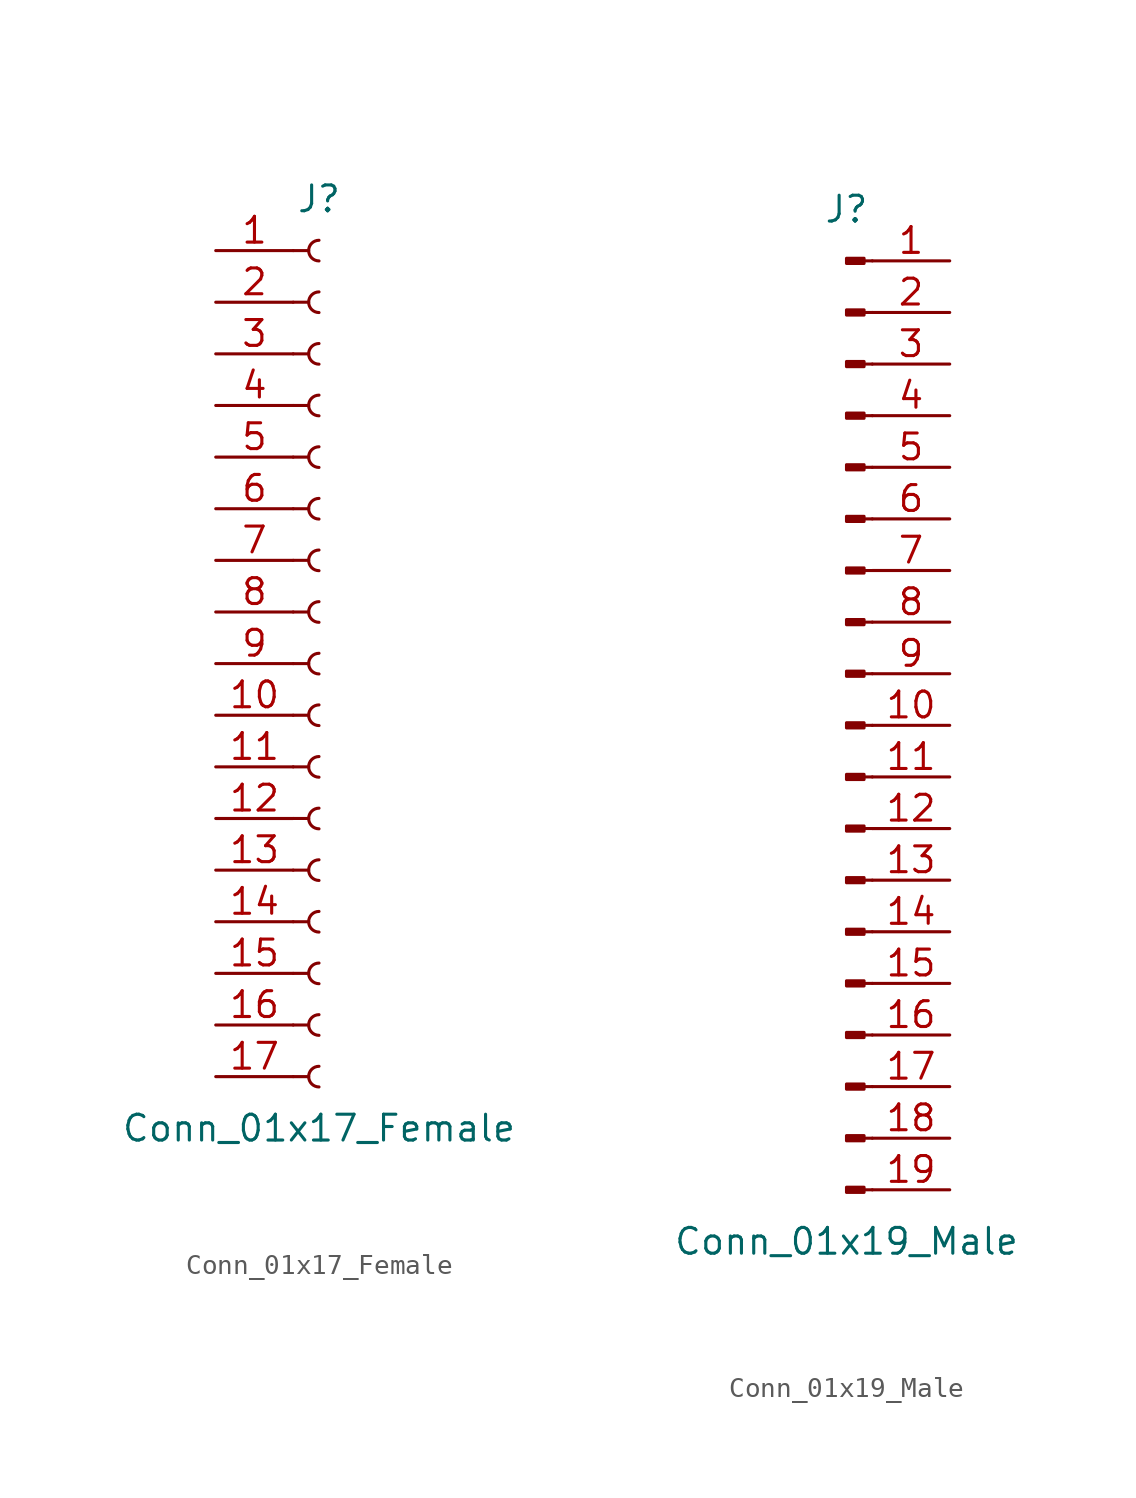
<source format=kicad_sym>
(kicad_symbol_lib
  (version 20211014)
  (generator kicad_symbol_editor)
  (symbol "Conn_01x17_Female"
    (pin_names
      (offset 1.016) hide)
    (property "Reference" "J"
      (at 0 22.86 0)
      (effects (font (size 1.27 1.27))))
    (property "Value" "Conn_01x17_Female"
      (at 0 -22.86 0)
      (effects (font (size 1.27 1.27))))
    (symbol "Conn_01x17_Female_1_1"
      (arc (start 0 -19.812) (mid -0.508 -20.32) (end 0 -20.828) (stroke (width 0.1524) (type default) (color 0 0 0 0)) (fill (type none)))
      (arc (start 0 -17.272) (mid -0.508 -17.78) (end 0 -18.288) (stroke (width 0.1524) (type default) (color 0 0 0 0)) (fill (type none)))
      (arc (start 0 -14.732) (mid -0.508 -15.24) (end 0 -15.748) (stroke (width 0.1524) (type default) (color 0 0 0 0)) (fill (type none)))
      (arc (start 0 -12.192) (mid -0.508 -12.7) (end 0 -13.208) (stroke (width 0.1524) (type default) (color 0 0 0 0)) (fill (type none)))
      (arc (start 0 -9.652) (mid -0.508 -10.16) (end 0 -10.668) (stroke (width 0.1524) (type default) (color 0 0 0 0)) (fill (type none)))
      (arc (start 0 -7.112) (mid -0.508 -7.62) (end 0 -8.128) (stroke (width 0.1524) (type default) (color 0 0 0 0)) (fill (type none)))
      (arc (start 0 -4.572) (mid -0.508 -5.08) (end 0 -5.588) (stroke (width 0.1524) (type default) (color 0 0 0 0)) (fill (type none)))
      (arc (start 0 -2.032) (mid -0.508 -2.54) (end 0 -3.048) (stroke (width 0.1524) (type default) (color 0 0 0 0)) (fill (type none)))
      (polyline (pts (xy -1.27 -20.32) (xy -0.508 -20.32)) (stroke (width 0.152) (type default) (color 0 0 0 0)) (fill (type none)))
      (polyline (pts (xy -1.27 -17.78) (xy -0.508 -17.78)) (stroke (width 0.152) (type default) (color 0 0 0 0)) (fill (type none)))
      (polyline (pts (xy -1.27 -15.24) (xy -0.508 -15.24)) (stroke (width 0.152) (type default) (color 0 0 0 0)) (fill (type none)))
      (polyline (pts (xy -1.27 -12.7) (xy -0.508 -12.7)) (stroke (width 0.152) (type default) (color 0 0 0 0)) (fill (type none)))
      (polyline (pts (xy -1.27 -10.16) (xy -0.508 -10.16)) (stroke (width 0.152) (type default) (color 0 0 0 0)) (fill (type none)))
      (polyline (pts (xy -1.27 -7.62) (xy -0.508 -7.62)) (stroke (width 0.152) (type default) (color 0 0 0 0)) (fill (type none)))
      (polyline (pts (xy -1.27 -5.08) (xy -0.508 -5.08)) (stroke (width 0.152) (type default) (color 0 0 0 0)) (fill (type none)))
      (polyline (pts (xy -1.27 -2.54) (xy -0.508 -2.54)) (stroke (width 0.152) (type default) (color 0 0 0 0)) (fill (type none)))
      (polyline (pts (xy -1.27 0) (xy -0.508 0)) (stroke (width 0.152) (type default) (color 0 0 0 0)) (fill (type none)))
      (polyline (pts (xy -1.27 2.54) (xy -0.508 2.54)) (stroke (width 0.152) (type default) (color 0 0 0 0)) (fill (type none)))
      (polyline (pts (xy -1.27 5.08) (xy -0.508 5.08)) (stroke (width 0.152) (type default) (color 0 0 0 0)) (fill (type none)))
      (polyline (pts (xy -1.27 7.62) (xy -0.508 7.62)) (stroke (width 0.152) (type default) (color 0 0 0 0)) (fill (type none)))
      (polyline (pts (xy -1.27 10.16) (xy -0.508 10.16)) (stroke (width 0.152) (type default) (color 0 0 0 0)) (fill (type none)))
      (polyline (pts (xy -1.27 12.7) (xy -0.508 12.7)) (stroke (width 0.152) (type default) (color 0 0 0 0)) (fill (type none)))
      (polyline (pts (xy -1.27 15.24) (xy -0.508 15.24)) (stroke (width 0.152) (type default) (color 0 0 0 0)) (fill (type none)))
      (polyline (pts (xy -1.27 17.78) (xy -0.508 17.78)) (stroke (width 0.152) (type default) (color 0 0 0 0)) (fill (type none)))
      (polyline (pts (xy -1.27 20.32) (xy -0.508 20.32)) (stroke (width 0.152) (type default) (color 0 0 0 0)) (fill (type none)))
      (arc (start 0 0.508) (mid -0.508 0) (end 0 -0.508) (stroke (width 0.1524) (type default) (color 0 0 0 0)) (fill (type none)))
      (arc (start 0 3.048) (mid -0.508 2.54) (end 0 2.032) (stroke (width 0.1524) (type default) (color 0 0 0 0)) (fill (type none)))
      (arc (start 0 5.588) (mid -0.508 5.08) (end 0 4.572) (stroke (width 0.1524) (type default) (color 0 0 0 0)) (fill (type none)))
      (arc (start 0 8.128) (mid -0.508 7.62) (end 0 7.112) (stroke (width 0.1524) (type default) (color 0 0 0 0)) (fill (type none)))
      (arc (start 0 10.668) (mid -0.508 10.16) (end 0 9.652) (stroke (width 0.1524) (type default) (color 0 0 0 0)) (fill (type none)))
      (arc (start 0 13.208) (mid -0.508 12.7) (end 0 12.192) (stroke (width 0.1524) (type default) (color 0 0 0 0)) (fill (type none)))
      (arc (start 0 15.748) (mid -0.508 15.24) (end 0 14.732) (stroke (width 0.1524) (type default) (color 0 0 0 0)) (fill (type none)))
      (arc (start 0 18.288) (mid -0.508 17.78) (end 0 17.272) (stroke (width 0.1524) (type default) (color 0 0 0 0)) (fill (type none)))
      (arc (start 0 20.828) (mid -0.508 20.32) (end 0 19.812) (stroke (width 0.1524) (type default) (color 0 0 0 0)) (fill (type none)))
      (pin passive line (at -5.08 20.32 0) (length 3.81) (name "Pin_1" (effects (font (size 1.27 1.27)))) (number "1" (effects (font (size 1.27 1.27)))))
      (pin passive line (at -5.08 -2.54 0) (length 3.81) (name "Pin_10" (effects (font (size 1.27 1.27)))) (number "10" (effects (font (size 1.27 1.27)))))
      (pin passive line (at -5.08 -5.08 0) (length 3.81) (name "Pin_11" (effects (font (size 1.27 1.27)))) (number "11" (effects (font (size 1.27 1.27)))))
      (pin passive line (at -5.08 -7.62 0) (length 3.81) (name "Pin_12" (effects (font (size 1.27 1.27)))) (number "12" (effects (font (size 1.27 1.27)))))
      (pin passive line (at -5.08 -10.16 0) (length 3.81) (name "Pin_13" (effects (font (size 1.27 1.27)))) (number "13" (effects (font (size 1.27 1.27)))))
      (pin passive line (at -5.08 -12.7 0) (length 3.81) (name "Pin_14" (effects (font (size 1.27 1.27)))) (number "14" (effects (font (size 1.27 1.27)))))
      (pin passive line (at -5.08 -15.24 0) (length 3.81) (name "Pin_15" (effects (font (size 1.27 1.27)))) (number "15" (effects (font (size 1.27 1.27)))))
      (pin passive line (at -5.08 -17.78 0) (length 3.81) (name "Pin_16" (effects (font (size 1.27 1.27)))) (number "16" (effects (font (size 1.27 1.27)))))
      (pin passive line (at -5.08 -20.32 0) (length 3.81) (name "Pin_17" (effects (font (size 1.27 1.27)))) (number "17" (effects (font (size 1.27 1.27)))))
      (pin passive line (at -5.08 17.78 0) (length 3.81) (name "Pin_2" (effects (font (size 1.27 1.27)))) (number "2" (effects (font (size 1.27 1.27)))))
      (pin passive line (at -5.08 15.24 0) (length 3.81) (name "Pin_3" (effects (font (size 1.27 1.27)))) (number "3" (effects (font (size 1.27 1.27)))))
      (pin passive line (at -5.08 12.7 0) (length 3.81) (name "Pin_4" (effects (font (size 1.27 1.27)))) (number "4" (effects (font (size 1.27 1.27)))))
      (pin passive line (at -5.08 10.16 0) (length 3.81) (name "Pin_5" (effects (font (size 1.27 1.27)))) (number "5" (effects (font (size 1.27 1.27)))))
      (pin passive line (at -5.08 7.62 0) (length 3.81) (name "Pin_6" (effects (font (size 1.27 1.27)))) (number "6" (effects (font (size 1.27 1.27)))))
      (pin passive line (at -5.08 5.08 0) (length 3.81) (name "Pin_7" (effects (font (size 1.27 1.27)))) (number "7" (effects (font (size 1.27 1.27)))))
      (pin passive line (at -5.08 2.54 0) (length 3.81) (name "Pin_8" (effects (font (size 1.27 1.27)))) (number "8" (effects (font (size 1.27 1.27)))))
      (pin passive line (at -5.08 0 0) (length 3.81) (name "Pin_9" (effects (font (size 1.27 1.27)))) (number "9" (effects (font (size 1.27 1.27)))))))
  (symbol "Conn_01x19_Male"
    (pin_names
      (offset 1.016) hide)
    (property "Reference" "J"
      (at 0 25.4 0)
      (effects (font (size 1.27 1.27))))
    (property "Value" "Conn_01x19_Male"
      (at 0 -25.4 0)
      (effects (font (size 1.27 1.27))))
    (symbol "Conn_01x19_Male_1_1"
      (polyline (pts (xy 1.27 -22.86) (xy 0.864 -22.86)) (stroke (width 0.152) (type default) (color 0 0 0 0)) (fill (type none)))
      (polyline (pts (xy 1.27 -20.32) (xy 0.864 -20.32)) (stroke (width 0.152) (type default) (color 0 0 0 0)) (fill (type none)))
      (polyline (pts (xy 1.27 -17.78) (xy 0.864 -17.78)) (stroke (width 0.152) (type default) (color 0 0 0 0)) (fill (type none)))
      (polyline (pts (xy 1.27 -15.24) (xy 0.864 -15.24)) (stroke (width 0.152) (type default) (color 0 0 0 0)) (fill (type none)))
      (polyline (pts (xy 1.27 -12.7) (xy 0.864 -12.7)) (stroke (width 0.152) (type default) (color 0 0 0 0)) (fill (type none)))
      (polyline (pts (xy 1.27 -10.16) (xy 0.864 -10.16)) (stroke (width 0.152) (type default) (color 0 0 0 0)) (fill (type none)))
      (polyline (pts (xy 1.27 -7.62) (xy 0.864 -7.62)) (stroke (width 0.152) (type default) (color 0 0 0 0)) (fill (type none)))
      (polyline (pts (xy 1.27 -5.08) (xy 0.864 -5.08)) (stroke (width 0.152) (type default) (color 0 0 0 0)) (fill (type none)))
      (polyline (pts (xy 1.27 -2.54) (xy 0.864 -2.54)) (stroke (width 0.152) (type default) (color 0 0 0 0)) (fill (type none)))
      (polyline (pts (xy 1.27 0) (xy 0.864 0)) (stroke (width 0.152) (type default) (color 0 0 0 0)) (fill (type none)))
      (polyline (pts (xy 1.27 2.54) (xy 0.864 2.54)) (stroke (width 0.152) (type default) (color 0 0 0 0)) (fill (type none)))
      (polyline (pts (xy 1.27 5.08) (xy 0.864 5.08)) (stroke (width 0.152) (type default) (color 0 0 0 0)) (fill (type none)))
      (polyline (pts (xy 1.27 7.62) (xy 0.864 7.62)) (stroke (width 0.152) (type default) (color 0 0 0 0)) (fill (type none)))
      (polyline (pts (xy 1.27 10.16) (xy 0.864 10.16)) (stroke (width 0.152) (type default) (color 0 0 0 0)) (fill (type none)))
      (polyline (pts (xy 1.27 12.7) (xy 0.864 12.7)) (stroke (width 0.152) (type default) (color 0 0 0 0)) (fill (type none)))
      (polyline (pts (xy 1.27 15.24) (xy 0.864 15.24)) (stroke (width 0.152) (type default) (color 0 0 0 0)) (fill (type none)))
      (polyline (pts (xy 1.27 17.78) (xy 0.864 17.78)) (stroke (width 0.152) (type default) (color 0 0 0 0)) (fill (type none)))
      (polyline (pts (xy 1.27 20.32) (xy 0.864 20.32)) (stroke (width 0.152) (type default) (color 0 0 0 0)) (fill (type none)))
      (polyline (pts (xy 1.27 22.86) (xy 0.864 22.86)) (stroke (width 0.152) (type default) (color 0 0 0 0)) (fill (type none)))
      (rectangle (start 0.864 -22.733) (end 0 -22.987) (stroke (width 0.152) (type default) (color 0 0 0 0)) (fill (type outline)))
      (rectangle (start 0.864 -20.193) (end 0 -20.447) (stroke (width 0.152) (type default) (color 0 0 0 0)) (fill (type outline)))
      (rectangle (start 0.864 -17.653) (end 0 -17.907) (stroke (width 0.152) (type default) (color 0 0 0 0)) (fill (type outline)))
      (rectangle (start 0.864 -15.113) (end 0 -15.367) (stroke (width 0.152) (type default) (color 0 0 0 0)) (fill (type outline)))
      (rectangle (start 0.864 -12.573) (end 0 -12.827) (stroke (width 0.152) (type default) (color 0 0 0 0)) (fill (type outline)))
      (rectangle (start 0.864 -10.033) (end 0 -10.287) (stroke (width 0.152) (type default) (color 0 0 0 0)) (fill (type outline)))
      (rectangle (start 0.864 -7.493) (end 0 -7.747) (stroke (width 0.152) (type default) (color 0 0 0 0)) (fill (type outline)))
      (rectangle (start 0.864 -4.953) (end 0 -5.207) (stroke (width 0.152) (type default) (color 0 0 0 0)) (fill (type outline)))
      (rectangle (start 0.864 -2.413) (end 0 -2.667) (stroke (width 0.152) (type default) (color 0 0 0 0)) (fill (type outline)))
      (rectangle (start 0.864 0.127) (end 0 -0.127) (stroke (width 0.152) (type default) (color 0 0 0 0)) (fill (type outline)))
      (rectangle (start 0.864 2.667) (end 0 2.413) (stroke (width 0.152) (type default) (color 0 0 0 0)) (fill (type outline)))
      (rectangle (start 0.864 5.207) (end 0 4.953) (stroke (width 0.152) (type default) (color 0 0 0 0)) (fill (type outline)))
      (rectangle (start 0.864 7.747) (end 0 7.493) (stroke (width 0.152) (type default) (color 0 0 0 0)) (fill (type outline)))
      (rectangle (start 0.864 10.287) (end 0 10.033) (stroke (width 0.152) (type default) (color 0 0 0 0)) (fill (type outline)))
      (rectangle (start 0.864 12.827) (end 0 12.573) (stroke (width 0.152) (type default) (color 0 0 0 0)) (fill (type outline)))
      (rectangle (start 0.864 15.367) (end 0 15.113) (stroke (width 0.152) (type default) (color 0 0 0 0)) (fill (type outline)))
      (rectangle (start 0.864 17.907) (end 0 17.653) (stroke (width 0.152) (type default) (color 0 0 0 0)) (fill (type outline)))
      (rectangle (start 0.864 20.447) (end 0 20.193) (stroke (width 0.152) (type default) (color 0 0 0 0)) (fill (type outline)))
      (rectangle (start 0.864 22.987) (end 0 22.733) (stroke (width 0.152) (type default) (color 0 0 0 0)) (fill (type outline)))
      (pin passive line (at 5.08 22.86 180) (length 3.81) (name "Pin_1" (effects (font (size 1.27 1.27)))) (number "1" (effects (font (size 1.27 1.27)))))
      (pin passive line (at 5.08 0 180) (length 3.81) (name "Pin_10" (effects (font (size 1.27 1.27)))) (number "10" (effects (font (size 1.27 1.27)))))
      (pin passive line (at 5.08 -2.54 180) (length 3.81) (name "Pin_11" (effects (font (size 1.27 1.27)))) (number "11" (effects (font (size 1.27 1.27)))))
      (pin passive line (at 5.08 -5.08 180) (length 3.81) (name "Pin_12" (effects (font (size 1.27 1.27)))) (number "12" (effects (font (size 1.27 1.27)))))
      (pin passive line (at 5.08 -7.62 180) (length 3.81) (name "Pin_13" (effects (font (size 1.27 1.27)))) (number "13" (effects (font (size 1.27 1.27)))))
      (pin passive line (at 5.08 -10.16 180) (length 3.81) (name "Pin_14" (effects (font (size 1.27 1.27)))) (number "14" (effects (font (size 1.27 1.27)))))
      (pin passive line (at 5.08 -12.7 180) (length 3.81) (name "Pin_15" (effects (font (size 1.27 1.27)))) (number "15" (effects (font (size 1.27 1.27)))))
      (pin passive line (at 5.08 -15.24 180) (length 3.81) (name "Pin_16" (effects (font (size 1.27 1.27)))) (number "16" (effects (font (size 1.27 1.27)))))
      (pin passive line (at 5.08 -17.78 180) (length 3.81) (name "Pin_17" (effects (font (size 1.27 1.27)))) (number "17" (effects (font (size 1.27 1.27)))))
      (pin passive line (at 5.08 -20.32 180) (length 3.81) (name "Pin_18" (effects (font (size 1.27 1.27)))) (number "18" (effects (font (size 1.27 1.27)))))
      (pin passive line (at 5.08 -22.86 180) (length 3.81) (name "Pin_19" (effects (font (size 1.27 1.27)))) (number "19" (effects (font (size 1.27 1.27)))))
      (pin passive line (at 5.08 20.32 180) (length 3.81) (name "Pin_2" (effects (font (size 1.27 1.27)))) (number "2" (effects (font (size 1.27 1.27)))))
      (pin passive line (at 5.08 17.78 180) (length 3.81) (name "Pin_3" (effects (font (size 1.27 1.27)))) (number "3" (effects (font (size 1.27 1.27)))))
      (pin passive line (at 5.08 15.24 180) (length 3.81) (name "Pin_4" (effects (font (size 1.27 1.27)))) (number "4" (effects (font (size 1.27 1.27)))))
      (pin passive line (at 5.08 12.7 180) (length 3.81) (name "Pin_5" (effects (font (size 1.27 1.27)))) (number "5" (effects (font (size 1.27 1.27)))))
      (pin passive line (at 5.08 10.16 180) (length 3.81) (name "Pin_6" (effects (font (size 1.27 1.27)))) (number "6" (effects (font (size 1.27 1.27)))))
      (pin passive line (at 5.08 7.62 180) (length 3.81) (name "Pin_7" (effects (font (size 1.27 1.27)))) (number "7" (effects (font (size 1.27 1.27)))))
      (pin passive line (at 5.08 5.08 180) (length 3.81) (name "Pin_8" (effects (font (size 1.27 1.27)))) (number "8" (effects (font (size 1.27 1.27)))))
      (pin passive line (at 5.08 2.54 180) (length 3.81) (name "Pin_9" (effects (font (size 1.27 1.27)))) (number "9" (effects (font (size 1.27 1.27))))))))
</source>
